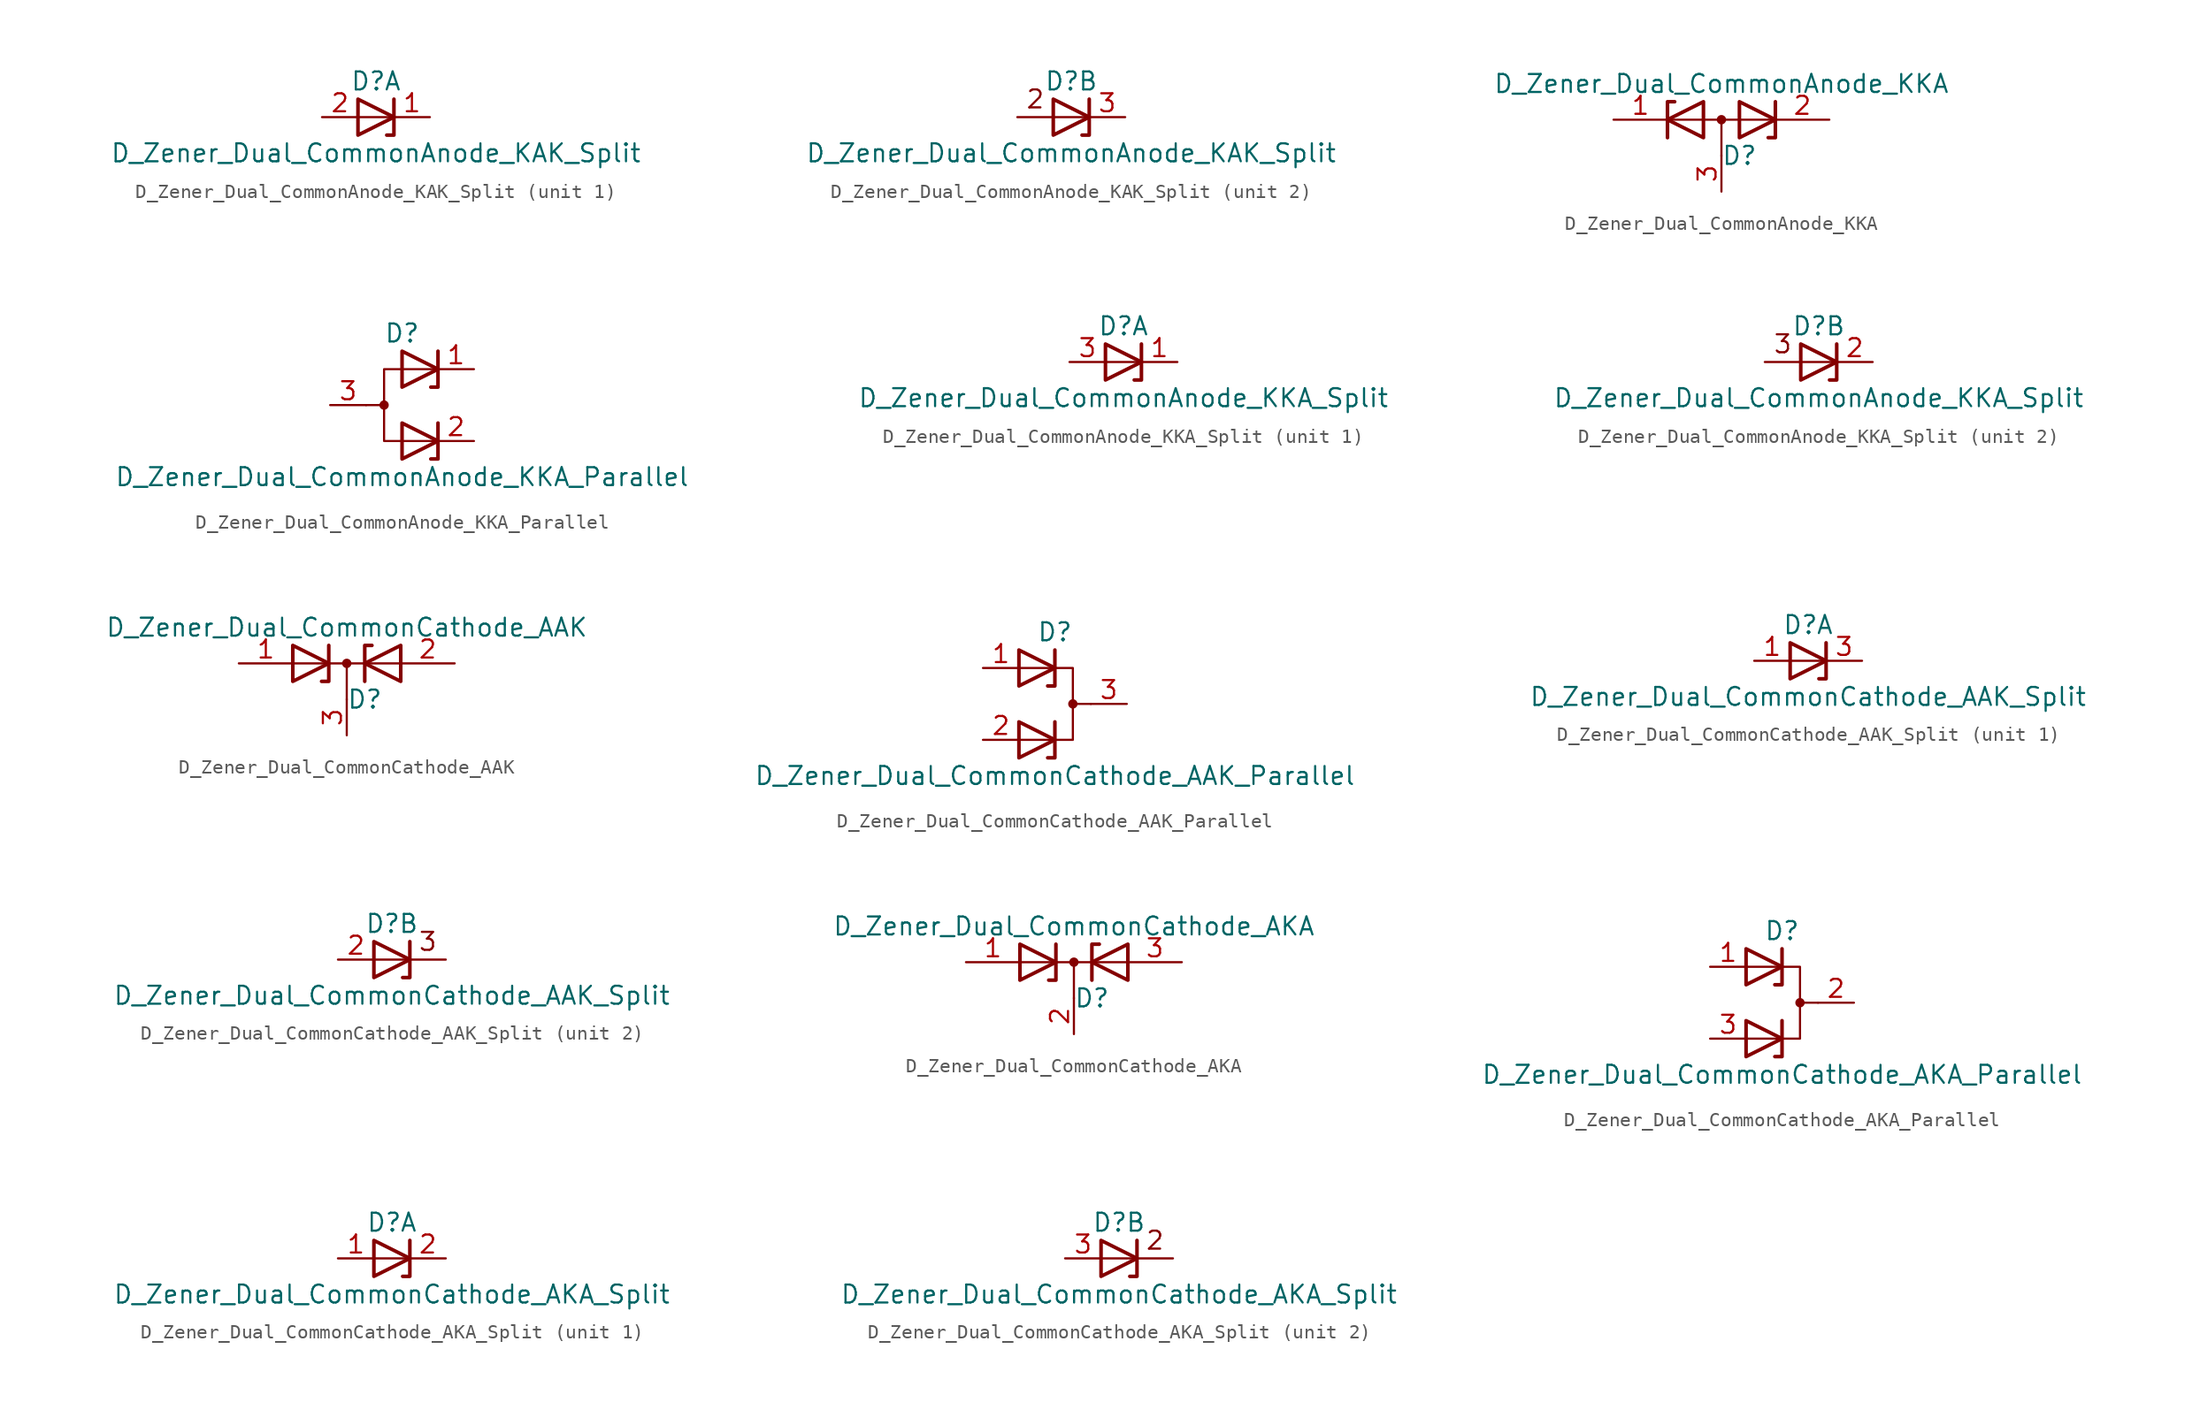
<source format=kicad_sym>
(kicad_symbol_lib
  (version 20241209)
  (generator "kicad_symbol_editor")
  (generator_version "9.0")
  (symbol "D_Zener_Dual_CommonAnode_KAK_Split"
    (pin_names
      (offset 0.762)
      (hide yes))
    (property "Reference" "D"
      (at 0 2.54 0)
      (effects (font (size 1.27 1.27))))
    (property "Value" "D_Zener_Dual_CommonAnode_KAK_Split"
      (at 0 -2.54 0)
      (effects (font (size 1.27 1.27))))
    (property "ki_locked" ""
      (at 0 0 0)
      (effects (font (size 1.27 1.27))))
    (symbol "D_Zener_Dual_CommonAnode_KAK_Split_0_0"
      (polyline (pts (xy 1.27 1.27) (xy 1.27 -1.27) (xy 0.762 -1.27)) (stroke (width 0.254) (type solid)) (fill (type none))))
    (symbol "D_Zener_Dual_CommonAnode_KAK_Split_0_1"
      (polyline (pts (xy -1.27 1.27) (xy 1.27 0) (xy -1.27 -1.27) (xy -1.27 1.27) (xy -1.27 1.27) (xy -1.27 1.27)) (stroke (width 0.254) (type solid)) (fill (type none))))
    (symbol "D_Zener_Dual_CommonAnode_KAK_Split_1_1"
      (polyline (pts (xy 1.27 0) (xy -1.27 0)) (stroke (width 0) (type solid)) (fill (type none)))
      (pin passive line (at -3.81 0 0) (length 2.54) (name "A" (effects (font (size 1.27 1.27)))) (number "2" (effects (font (size 1.27 1.27)))))
      (pin passive line (at 3.81 0 180) (length 2.54) (name "K" (effects (font (size 1.27 1.27)))) (number "1" (effects (font (size 1.27 1.27))))))
    (symbol "D_Zener_Dual_CommonAnode_KAK_Split_2_0"
      (polyline (pts (xy 1.27 0) (xy -3.81 0)) (stroke (width 0) (type solid)) (fill (type none)))
      (text "2" (at -2.54 1.27 0) (effects (font (size 1.27 1.27)))))
    (symbol "D_Zener_Dual_CommonAnode_KAK_Split_2_1"
      (pin passive line (at 3.81 0 180) (length 2.54) (name "K" (effects (font (size 1.27 1.27)))) (number "3" (effects (font (size 1.27 1.27)))))))
  (symbol "D_Zener_Dual_CommonAnode_KKA"
    (pin_names
      (offset 0.762)
      (hide yes))
    (property "Reference" "D"
      (at 1.27 -2.54 0)
      (effects (font (size 1.27 1.27))))
    (property "Value" "D_Zener_Dual_CommonAnode_KKA"
      (at 0 2.54 0)
      (effects (font (size 1.27 1.27))))
    (symbol "D_Zener_Dual_CommonAnode_KKA_0_1"
      (polyline (pts (xy -3.81 -1.27) (xy -3.81 1.27) (xy -3.302 1.27)) (stroke (width 0.254) (type solid)) (fill (type none)))
      (polyline (pts (xy -3.556 0) (xy 3.81 0)) (stroke (width 0) (type solid)) (fill (type none)))
      (polyline (pts (xy -1.27 -1.27) (xy -3.81 0) (xy -1.27 1.27) (xy -1.27 -1.27) (xy -1.27 -1.27) (xy -1.27 -1.27)) (stroke (width 0.254) (type solid)) (fill (type none)))
      (polyline (pts (xy 0 0) (xy 0 -2.54)) (stroke (width 0) (type solid)) (fill (type none)))
      (circle (center 0 0) (radius 0.254) (stroke (width 0) (type solid)) (fill (type outline)))
      (polyline (pts (xy 1.27 1.27) (xy 3.81 0) (xy 1.27 -1.27) (xy 1.27 1.27) (xy 1.27 1.27) (xy 1.27 1.27)) (stroke (width 0.254) (type solid)) (fill (type none)))
      (polyline (pts (xy 3.302 -1.27) (xy 3.81 -1.27) (xy 3.81 1.27)) (stroke (width 0.254) (type solid)) (fill (type none)))
      (pin passive line (at -7.62 0 0) (length 3.81) (name "K" (effects (font (size 1.27 1.27)))) (number "1" (effects (font (size 1.27 1.27)))))
      (pin passive line (at 0 -5.08 90) (length 2.54) (name "A" (effects (font (size 1.27 1.27)))) (number "3" (effects (font (size 1.27 1.27)))))
      (pin passive line (at 7.62 0 180) (length 3.81) (name "K" (effects (font (size 1.27 1.27)))) (number "2" (effects (font (size 1.27 1.27)))))))
  (symbol "D_Zener_Dual_CommonAnode_KKA_Parallel"
    (pin_names
      (offset 0.762)
      (hide yes))
    (property "Reference" "D"
      (at 0 5.08 0)
      (effects (font (size 1.27 1.27))))
    (property "Value" "D_Zener_Dual_CommonAnode_KKA_Parallel"
      (at 0 -5.08 0)
      (effects (font (size 1.27 1.27))))
    (symbol "D_Zener_Dual_CommonAnode_KKA_Parallel_0_0"
      (polyline (pts (xy 2.032 1.27) (xy 2.54 1.27) (xy 2.54 3.81)) (stroke (width 0.254) (type solid)) (fill (type none)))
      (polyline (pts (xy 2.54 -1.27) (xy 2.54 -3.81) (xy 2.032 -3.81)) (stroke (width 0.254) (type solid)) (fill (type none))))
    (symbol "D_Zener_Dual_CommonAnode_KKA_Parallel_0_1"
      (circle (center -1.27 0) (radius 0.254) (stroke (width 0) (type solid)) (fill (type outline)))
      (polyline (pts (xy -1.27 0) (xy -2.54 0)) (stroke (width 0) (type solid)) (fill (type none)))
      (polyline (pts (xy 0 3.81) (xy 2.54 2.54) (xy 0 1.27) (xy 0 3.81) (xy 0 3.81) (xy 0 3.81)) (stroke (width 0.254) (type solid)) (fill (type none)))
      (polyline (pts (xy 0 -1.27) (xy 2.54 -2.54) (xy 0 -3.81) (xy 0 -1.27) (xy 0 -1.27) (xy 0 -1.27)) (stroke (width 0.254) (type solid)) (fill (type none)))
      (polyline (pts (xy 2.54 2.54) (xy -1.27 2.54) (xy -1.27 -2.54) (xy 2.54 -2.54)) (stroke (width 0) (type solid)) (fill (type none)))
      (pin passive line (at -5.08 0 0) (length 2.54) (name "A" (effects (font (size 1.27 1.27)))) (number "3" (effects (font (size 1.27 1.27)))))
      (pin passive line (at 5.08 2.54 180) (length 2.54) (name "K" (effects (font (size 1.27 1.27)))) (number "1" (effects (font (size 1.27 1.27)))))
      (pin passive line (at 5.08 -2.54 180) (length 2.54) (name "K" (effects (font (size 1.27 1.27)))) (number "2" (effects (font (size 1.27 1.27)))))))
  (symbol "D_Zener_Dual_CommonAnode_KKA_Split"
    (pin_names
      (offset 0.762)
      (hide yes))
    (property "Reference" "D"
      (at 0 2.54 0)
      (effects (font (size 1.27 1.27))))
    (property "Value" "D_Zener_Dual_CommonAnode_KKA_Split"
      (at 0 -2.54 0)
      (effects (font (size 1.27 1.27))))
    (property "ki_locked" ""
      (at 0 0 0)
      (effects (font (size 1.27 1.27))))
    (symbol "D_Zener_Dual_CommonAnode_KKA_Split_0_0"
      (polyline (pts (xy 1.27 1.27) (xy 1.27 -1.27) (xy 0.762 -1.27)) (stroke (width 0.254) (type solid)) (fill (type none))))
    (symbol "D_Zener_Dual_CommonAnode_KKA_Split_0_1"
      (polyline (pts (xy -1.27 1.27) (xy 1.27 0) (xy -1.27 -1.27) (xy -1.27 1.27) (xy -1.27 1.27) (xy -1.27 1.27)) (stroke (width 0.254) (type solid)) (fill (type none))))
    (symbol "D_Zener_Dual_CommonAnode_KKA_Split_1_1"
      (polyline (pts (xy 1.27 0) (xy -1.27 0)) (stroke (width 0) (type solid)) (fill (type none)))
      (pin passive line (at -3.81 0 0) (length 2.54) (name "A" (effects (font (size 1.27 1.27)))) (number "3" (effects (font (size 1.27 1.27)))))
      (pin passive line (at 3.81 0 180) (length 2.54) (name "K" (effects (font (size 1.27 1.27)))) (number "1" (effects (font (size 1.27 1.27))))))
    (symbol "D_Zener_Dual_CommonAnode_KKA_Split_2_0"
      (polyline (pts (xy 1.27 0) (xy -3.81 0)) (stroke (width 0) (type solid)) (fill (type none)))
      (text "3" (at -2.54 1.27 0) (effects (font (size 1.27 1.27)))))
    (symbol "D_Zener_Dual_CommonAnode_KKA_Split_2_1"
      (pin passive line (at 3.81 0 180) (length 2.54) (name "K" (effects (font (size 1.27 1.27)))) (number "2" (effects (font (size 1.27 1.27)))))))
  (symbol "D_Zener_Dual_CommonCathode_AAK"
    (pin_names
      (offset 0.762)
      (hide yes))
    (property "Reference" "D"
      (at 1.27 -2.54 0)
      (effects (font (size 1.27 1.27))))
    (property "Value" "D_Zener_Dual_CommonCathode_AAK"
      (at 0 2.54 0)
      (effects (font (size 1.27 1.27))))
    (symbol "D_Zener_Dual_CommonCathode_AAK_0_1"
      (polyline (pts (xy -3.81 1.27) (xy -1.27 0) (xy -3.81 -1.27) (xy -3.81 1.27) (xy -3.81 1.27) (xy -3.81 1.27)) (stroke (width 0.254) (type solid)) (fill (type none)))
      (polyline (pts (xy -3.81 0) (xy 3.81 0)) (stroke (width 0) (type solid)) (fill (type none)))
      (polyline (pts (xy -1.27 1.27) (xy -1.27 -1.27) (xy -1.778 -1.27)) (stroke (width 0.254) (type solid)) (fill (type none)))
      (polyline (pts (xy 0 0) (xy 0 -2.54)) (stroke (width 0) (type solid)) (fill (type none)))
      (circle (center 0 0) (radius 0.254) (stroke (width 0) (type solid)) (fill (type outline)))
      (polyline (pts (xy 1.27 -1.27) (xy 1.27 1.27) (xy 1.778 1.27)) (stroke (width 0.254) (type solid)) (fill (type none)))
      (polyline (pts (xy 3.81 -1.27) (xy 1.27 0) (xy 3.81 1.27) (xy 3.81 -1.27) (xy 3.81 -1.27) (xy 3.81 -1.27)) (stroke (width 0.254) (type solid)) (fill (type none)))
      (pin passive line (at -7.62 0 0) (length 3.81) (name "A" (effects (font (size 1.27 1.27)))) (number "1" (effects (font (size 1.27 1.27)))))
      (pin passive line (at 0 -5.08 90) (length 2.54) (name "K" (effects (font (size 1.27 1.27)))) (number "3" (effects (font (size 1.27 1.27)))))
      (pin passive line (at 7.62 0 180) (length 3.81) (name "A" (effects (font (size 1.27 1.27)))) (number "2" (effects (font (size 1.27 1.27)))))))
  (symbol "D_Zener_Dual_CommonCathode_AAK_Parallel"
    (pin_names
      (offset 0.762)
      (hide yes))
    (property "Reference" "D"
      (at 0 5.08 0)
      (effects (font (size 1.27 1.27))))
    (property "Value" "D_Zener_Dual_CommonCathode_AAK_Parallel"
      (at 0 -5.08 0)
      (effects (font (size 1.27 1.27))))
    (symbol "D_Zener_Dual_CommonCathode_AAK_Parallel_0_0"
      (polyline (pts (xy 0 3.81) (xy 0 1.27) (xy -0.508 1.27)) (stroke (width 0.254) (type solid)) (fill (type none)))
      (polyline (pts (xy 0 -1.27) (xy 0 -3.81) (xy -0.508 -3.81)) (stroke (width 0.254) (type solid)) (fill (type none))))
    (symbol "D_Zener_Dual_CommonCathode_AAK_Parallel_0_1"
      (polyline (pts (xy -2.54 3.81) (xy 0 2.54) (xy -2.54 1.27) (xy -2.54 3.81) (xy -2.54 3.81) (xy -2.54 3.81)) (stroke (width 0.254) (type solid)) (fill (type none)))
      (polyline (pts (xy -2.54 -1.27) (xy 0 -2.54) (xy -2.54 -3.81) (xy -2.54 -1.27) (xy -2.54 -1.27) (xy -2.54 -1.27)) (stroke (width 0.254) (type solid)) (fill (type none)))
      (polyline (pts (xy -2.54 -2.54) (xy 1.27 -2.54) (xy 1.27 2.54) (xy -2.54 2.54)) (stroke (width 0) (type solid)) (fill (type none)))
      (polyline (pts (xy 1.27 0) (xy 2.54 0)) (stroke (width 0) (type solid)) (fill (type none)))
      (circle (center 1.27 0) (radius 0.254) (stroke (width 0) (type solid)) (fill (type outline)))
      (pin passive line (at -5.08 2.54 0) (length 2.54) (name "K" (effects (font (size 1.27 1.27)))) (number "1" (effects (font (size 1.27 1.27)))))
      (pin passive line (at -5.08 -2.54 0) (length 2.54) (name "K" (effects (font (size 1.27 1.27)))) (number "2" (effects (font (size 1.27 1.27)))))
      (pin passive line (at 5.08 0 180) (length 2.54) (name "A" (effects (font (size 1.27 1.27)))) (number "3" (effects (font (size 1.27 1.27)))))))
  (symbol "D_Zener_Dual_CommonCathode_AAK_Split"
    (pin_names
      (offset 0.762)
      (hide yes))
    (property "Reference" "D"
      (at 0 2.54 0)
      (effects (font (size 1.27 1.27))))
    (property "Value" "D_Zener_Dual_CommonCathode_AAK_Split"
      (at 0 -2.54 0)
      (effects (font (size 1.27 1.27))))
    (property "ki_locked" ""
      (at 0 0 0)
      (effects (font (size 1.27 1.27))))
    (symbol "D_Zener_Dual_CommonCathode_AAK_Split_0_0"
      (polyline (pts (xy 1.27 1.27) (xy 1.27 -1.27) (xy 0.762 -1.27)) (stroke (width 0.254) (type solid)) (fill (type none))))
    (symbol "D_Zener_Dual_CommonCathode_AAK_Split_0_1"
      (polyline (pts (xy -1.27 1.27) (xy 1.27 0) (xy -1.27 -1.27) (xy -1.27 1.27) (xy -1.27 1.27) (xy -1.27 1.27)) (stroke (width 0.254) (type solid)) (fill (type none))))
    (symbol "D_Zener_Dual_CommonCathode_AAK_Split_1_1"
      (polyline (pts (xy 1.27 0) (xy -1.27 0)) (stroke (width 0) (type solid)) (fill (type none)))
      (pin passive line (at -3.81 0 0) (length 2.54) (name "A" (effects (font (size 1.27 1.27)))) (number "1" (effects (font (size 1.27 1.27)))))
      (pin passive line (at 3.81 0 180) (length 2.54) (name "K" (effects (font (size 1.27 1.27)))) (number "3" (effects (font (size 1.27 1.27))))))
    (symbol "D_Zener_Dual_CommonCathode_AAK_Split_2_0"
      (polyline (pts (xy 3.81 0) (xy -1.27 0)) (stroke (width 0) (type solid)) (fill (type none)))
      (text "3" (at 2.54 1.27 0) (effects (font (size 1.27 1.27)))))
    (symbol "D_Zener_Dual_CommonCathode_AAK_Split_2_1"
      (pin passive line (at -3.81 0 0) (length 2.54) (name "K" (effects (font (size 1.27 1.27)))) (number "2" (effects (font (size 1.27 1.27)))))))
  (symbol "D_Zener_Dual_CommonCathode_AKA"
    (pin_names
      (offset 0.762)
      (hide yes))
    (property "Reference" "D"
      (at 1.27 -2.54 0)
      (effects (font (size 1.27 1.27))))
    (property "Value" "D_Zener_Dual_CommonCathode_AKA"
      (at 0 2.54 0)
      (effects (font (size 1.27 1.27))))
    (symbol "D_Zener_Dual_CommonCathode_AKA_0_1"
      (polyline (pts (xy -3.81 1.27) (xy -1.27 0) (xy -3.81 -1.27) (xy -3.81 1.27) (xy -3.81 1.27) (xy -3.81 1.27)) (stroke (width 0.254) (type solid)) (fill (type none)))
      (polyline (pts (xy -1.778 -1.27) (xy -1.27 -1.27) (xy -1.27 1.27)) (stroke (width 0.254) (type solid)) (fill (type none)))
      (polyline (pts (xy 0 0) (xy 0 -2.54)) (stroke (width 0) (type solid)) (fill (type none)))
      (circle (center 0 0) (radius 0.254) (stroke (width 0) (type solid)) (fill (type outline)))
      (polyline (pts (xy 1.27 -1.27) (xy 1.27 1.27) (xy 1.778 1.27)) (stroke (width 0.254) (type solid)) (fill (type none)))
      (polyline (pts (xy 1.778 1.27) (xy 1.778 1.27)) (stroke (width 0.254) (type solid)) (fill (type none)))
      (polyline (pts (xy 3.81 0) (xy -3.81 0)) (stroke (width 0) (type solid)) (fill (type none)))
      (polyline (pts (xy 3.81 -1.27) (xy 1.27 0) (xy 3.81 1.27) (xy 3.81 -1.27) (xy 3.81 -1.27) (xy 3.81 -1.27)) (stroke (width 0.254) (type solid)) (fill (type none)))
      (pin passive line (at -7.62 0 0) (length 3.81) (name "A" (effects (font (size 1.27 1.27)))) (number "1" (effects (font (size 1.27 1.27)))))
      (pin passive line (at 0 -5.08 90) (length 2.54) (name "K" (effects (font (size 1.27 1.27)))) (number "2" (effects (font (size 1.27 1.27)))))
      (pin passive line (at 7.62 0 180) (length 3.81) (name "A" (effects (font (size 1.27 1.27)))) (number "3" (effects (font (size 1.27 1.27)))))))
  (symbol "D_Zener_Dual_CommonCathode_AKA_Parallel"
    (pin_names
      (offset 0.762)
      (hide yes))
    (property "Reference" "D"
      (at 0 5.08 0)
      (effects (font (size 1.27 1.27))))
    (property "Value" "D_Zener_Dual_CommonCathode_AKA_Parallel"
      (at 0 -5.08 0)
      (effects (font (size 1.27 1.27))))
    (symbol "D_Zener_Dual_CommonCathode_AKA_Parallel_0_0"
      (polyline (pts (xy 0 3.81) (xy 0 1.27) (xy -0.508 1.27)) (stroke (width 0.254) (type solid)) (fill (type none)))
      (polyline (pts (xy 0 -1.27) (xy 0 -3.81) (xy -0.508 -3.81)) (stroke (width 0.254) (type solid)) (fill (type none))))
    (symbol "D_Zener_Dual_CommonCathode_AKA_Parallel_0_1"
      (polyline (pts (xy -2.54 3.81) (xy 0 2.54) (xy -2.54 1.27) (xy -2.54 3.81) (xy -2.54 3.81) (xy -2.54 3.81)) (stroke (width 0.254) (type solid)) (fill (type none)))
      (polyline (pts (xy -2.54 -1.27) (xy 0 -2.54) (xy -2.54 -3.81) (xy -2.54 -1.27) (xy -2.54 -1.27) (xy -2.54 -1.27)) (stroke (width 0.254) (type solid)) (fill (type none)))
      (polyline (pts (xy -2.54 -2.54) (xy 1.27 -2.54) (xy 1.27 2.54) (xy -2.54 2.54)) (stroke (width 0) (type solid)) (fill (type none)))
      (polyline (pts (xy 1.27 0) (xy 2.54 0)) (stroke (width 0) (type solid)) (fill (type none)))
      (circle (center 1.27 0) (radius 0.254) (stroke (width 0) (type solid)) (fill (type outline)))
      (pin passive line (at -5.08 2.54 0) (length 2.54) (name "K" (effects (font (size 1.27 1.27)))) (number "1" (effects (font (size 1.27 1.27)))))
      (pin passive line (at -5.08 -2.54 0) (length 2.54) (name "K" (effects (font (size 1.27 1.27)))) (number "3" (effects (font (size 1.27 1.27)))))
      (pin passive line (at 5.08 0 180) (length 2.54) (name "A" (effects (font (size 1.27 1.27)))) (number "2" (effects (font (size 1.27 1.27)))))))
  (symbol "D_Zener_Dual_CommonCathode_AKA_Split"
    (pin_names
      (offset 0.762)
      (hide yes))
    (property "Reference" "D"
      (at 0 2.54 0)
      (effects (font (size 1.27 1.27))))
    (property "Value" "D_Zener_Dual_CommonCathode_AKA_Split"
      (at 0 -2.54 0)
      (effects (font (size 1.27 1.27))))
    (property "ki_locked" ""
      (at 0 0 0)
      (effects (font (size 1.27 1.27))))
    (symbol "D_Zener_Dual_CommonCathode_AKA_Split_0_0"
      (polyline (pts (xy 1.27 1.27) (xy 1.27 -1.27) (xy 0.762 -1.27)) (stroke (width 0.254) (type solid)) (fill (type none))))
    (symbol "D_Zener_Dual_CommonCathode_AKA_Split_0_1"
      (polyline (pts (xy -1.27 1.27) (xy 1.27 0) (xy -1.27 -1.27) (xy -1.27 1.27) (xy -1.27 1.27) (xy -1.27 1.27)) (stroke (width 0.254) (type solid)) (fill (type none))))
    (symbol "D_Zener_Dual_CommonCathode_AKA_Split_1_1"
      (polyline (pts (xy 1.27 0) (xy -1.27 0)) (stroke (width 0) (type solid)) (fill (type none)))
      (pin passive line (at -3.81 0 0) (length 2.54) (name "A" (effects (font (size 1.27 1.27)))) (number "1" (effects (font (size 1.27 1.27)))))
      (pin passive line (at 3.81 0 180) (length 2.54) (name "K" (effects (font (size 1.27 1.27)))) (number "2" (effects (font (size 1.27 1.27))))))
    (symbol "D_Zener_Dual_CommonCathode_AKA_Split_2_0"
      (polyline (pts (xy 3.81 0) (xy -1.27 0)) (stroke (width 0) (type solid)) (fill (type none)))
      (text "2" (at 2.54 1.27 0) (effects (font (size 1.27 1.27)))))
    (symbol "D_Zener_Dual_CommonCathode_AKA_Split_2_1"
      (pin passive line (at -3.81 0 0) (length 2.54) (name "K" (effects (font (size 1.27 1.27)))) (number "3" (effects (font (size 1.27 1.27))))))))
</source>
